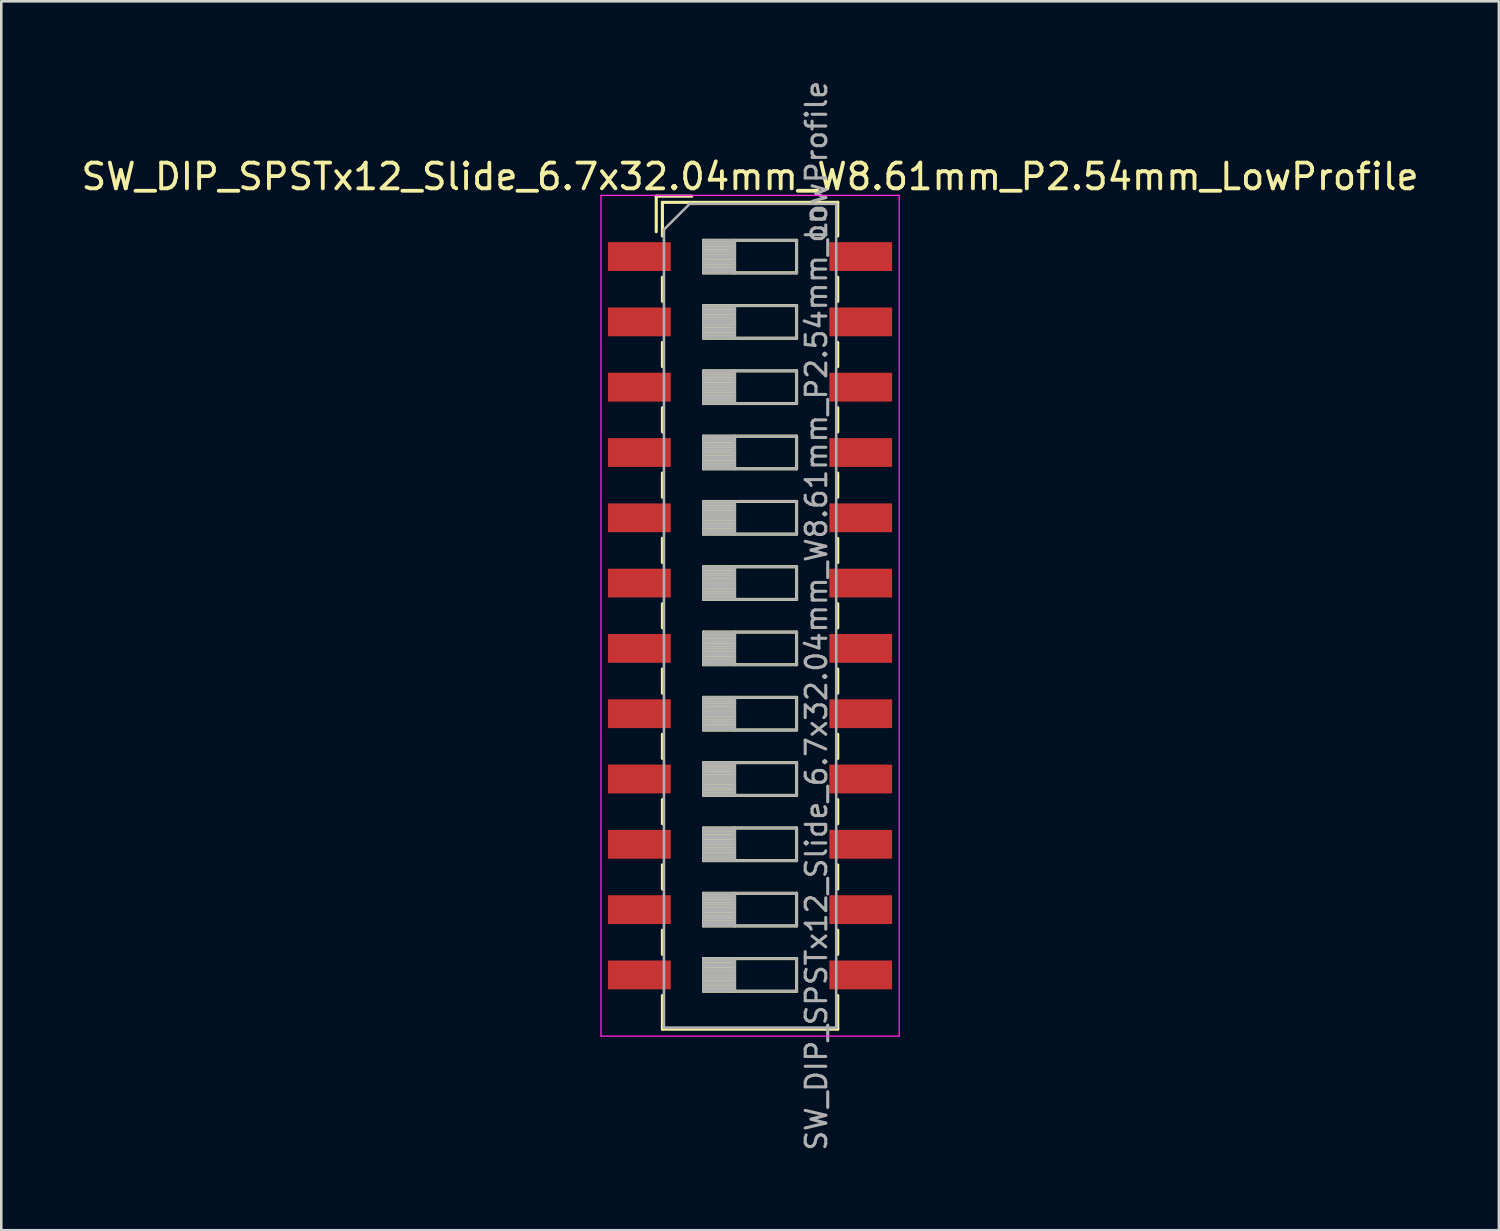
<source format=kicad_pcb>
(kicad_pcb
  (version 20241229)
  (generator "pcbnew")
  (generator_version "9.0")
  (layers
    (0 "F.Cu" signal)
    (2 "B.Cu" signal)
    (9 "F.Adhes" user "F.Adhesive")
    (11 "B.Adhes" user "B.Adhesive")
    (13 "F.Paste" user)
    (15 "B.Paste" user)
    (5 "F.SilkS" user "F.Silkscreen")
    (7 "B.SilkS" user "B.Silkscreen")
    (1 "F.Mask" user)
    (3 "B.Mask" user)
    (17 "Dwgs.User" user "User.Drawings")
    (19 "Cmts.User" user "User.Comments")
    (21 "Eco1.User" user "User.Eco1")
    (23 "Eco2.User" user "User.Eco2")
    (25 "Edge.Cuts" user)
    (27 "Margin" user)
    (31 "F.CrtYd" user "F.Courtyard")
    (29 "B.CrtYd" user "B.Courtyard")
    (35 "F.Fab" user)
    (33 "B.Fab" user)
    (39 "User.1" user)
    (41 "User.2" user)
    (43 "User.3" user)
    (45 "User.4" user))
  (footprint "SW_DIP_SPSTx12_Slide_6.7x32.04mm_W8.61mm_P2.54mm_LowProfile"
    (layer "F.Cu")
    (at 26.125 20.9)
    (property "Reference" "SW_DIP_SPSTx12_Slide_6.7x32.04mm_W8.61mm_P2.54mm_LowProfile" (at 0 -17.08 0) (layer "F.SilkS") (effects (font (size 1 1) (thickness 0.15))))
    (attr smd)
    (fp_line (start -3.65 -16.32) (end -3.65 -14.937) (stroke (width 0.12) (type solid)) (layer "F.SilkS"))
    (fp_line (start -3.65 -16.32) (end -2.267 -16.32) (stroke (width 0.12) (type solid)) (layer "F.SilkS"))
    (fp_line (start -3.41 -16.08) (end -3.41 -14.77) (stroke (width 0.12) (type solid)) (layer "F.SilkS"))
    (fp_line (start -3.41 -16.08) (end 3.41 -16.08) (stroke (width 0.12) (type solid)) (layer "F.SilkS"))
    (fp_line (start -3.41 -13.17) (end -3.41 -12.23) (stroke (width 0.12) (type solid)) (layer "F.SilkS"))
    (fp_line (start -3.41 -10.63) (end -3.41 -9.69) (stroke (width 0.12) (type solid)) (layer "F.SilkS"))
    (fp_line (start -3.41 -8.09) (end -3.41 -7.15) (stroke (width 0.12) (type solid)) (layer "F.SilkS"))
    (fp_line (start -3.41 -5.55) (end -3.41 -4.61) (stroke (width 0.12) (type solid)) (layer "F.SilkS"))
    (fp_line (start -3.41 -3.01) (end -3.41 -2.07) (stroke (width 0.12) (type solid)) (layer "F.SilkS"))
    (fp_line (start -3.41 -0.47) (end -3.41 0.47) (stroke (width 0.12) (type solid)) (layer "F.SilkS"))
    (fp_line (start -3.41 2.07) (end -3.41 3.01) (stroke (width 0.12) (type solid)) (layer "F.SilkS"))
    (fp_line (start -3.41 4.61) (end -3.41 5.55) (stroke (width 0.12) (type solid)) (layer "F.SilkS"))
    (fp_line (start -3.41 7.15) (end -3.41 8.09) (stroke (width 0.12) (type solid)) (layer "F.SilkS"))
    (fp_line (start -3.41 9.69) (end -3.41 10.63) (stroke (width 0.12) (type solid)) (layer "F.SilkS"))
    (fp_line (start -3.41 12.23) (end -3.41 13.17) (stroke (width 0.12) (type solid)) (layer "F.SilkS"))
    (fp_line (start -3.41 14.77) (end -3.41 16.08) (stroke (width 0.12) (type solid)) (layer "F.SilkS"))
    (fp_line (start -3.41 16.08) (end 3.41 16.08) (stroke (width 0.12) (type solid)) (layer "F.SilkS"))
    (fp_line (start -1.81 -14.605) (end -1.81 -13.335) (stroke (width 0.12) (type solid)) (layer "F.SilkS"))
    (fp_line (start -1.81 -14.485) (end -0.603 -14.485) (stroke (width 0.12) (type solid)) (layer "F.SilkS"))
    (fp_line (start -1.81 -14.365) (end -0.603 -14.365) (stroke (width 0.12) (type solid)) (layer "F.SilkS"))
    (fp_line (start -1.81 -14.245) (end -0.603 -14.245) (stroke (width 0.12) (type solid)) (layer "F.SilkS"))
    (fp_line (start -1.81 -14.125) (end -0.603 -14.125) (stroke (width 0.12) (type solid)) (layer "F.SilkS"))
    (fp_line (start -1.81 -14.005) (end -0.603 -14.005) (stroke (width 0.12) (type solid)) (layer "F.SilkS"))
    (fp_line (start -1.81 -13.885) (end -0.603 -13.885) (stroke (width 0.12) (type solid)) (layer "F.SilkS"))
    (fp_line (start -1.81 -13.765) (end -0.603 -13.765) (stroke (width 0.12) (type solid)) (layer "F.SilkS"))
    (fp_line (start -1.81 -13.645) (end -0.603 -13.645) (stroke (width 0.12) (type solid)) (layer "F.SilkS"))
    (fp_line (start -1.81 -13.525) (end -0.603 -13.525) (stroke (width 0.12) (type solid)) (layer "F.SilkS"))
    (fp_line (start -1.81 -13.405) (end -0.603 -13.405) (stroke (width 0.12) (type solid)) (layer "F.SilkS"))
    (fp_line (start -1.81 -13.335) (end 1.81 -13.335) (stroke (width 0.12) (type solid)) (layer "F.SilkS"))
    (fp_line (start -1.81 -12.065) (end -1.81 -10.795) (stroke (width 0.12) (type solid)) (layer "F.SilkS"))
    (fp_line (start -1.81 -11.945) (end -0.603 -11.945) (stroke (width 0.12) (type solid)) (layer "F.SilkS"))
    (fp_line (start -1.81 -11.825) (end -0.603 -11.825) (stroke (width 0.12) (type solid)) (layer "F.SilkS"))
    (fp_line (start -1.81 -11.705) (end -0.603 -11.705) (stroke (width 0.12) (type solid)) (layer "F.SilkS"))
    (fp_line (start -1.81 -11.585) (end -0.603 -11.585) (stroke (width 0.12) (type solid)) (layer "F.SilkS"))
    (fp_line (start -1.81 -11.465) (end -0.603 -11.465) (stroke (width 0.12) (type solid)) (layer "F.SilkS"))
    (fp_line (start -1.81 -11.345) (end -0.603 -11.345) (stroke (width 0.12) (type solid)) (layer "F.SilkS"))
    (fp_line (start -1.81 -11.225) (end -0.603 -11.225) (stroke (width 0.12) (type solid)) (layer "F.SilkS"))
    (fp_line (start -1.81 -11.105) (end -0.603 -11.105) (stroke (width 0.12) (type solid)) (layer "F.SilkS"))
    (fp_line (start -1.81 -10.985) (end -0.603 -10.985) (stroke (width 0.12) (type solid)) (layer "F.SilkS"))
    (fp_line (start -1.81 -10.865) (end -0.603 -10.865) (stroke (width 0.12) (type solid)) (layer "F.SilkS"))
    (fp_line (start -1.81 -10.795) (end 1.81 -10.795) (stroke (width 0.12) (type solid)) (layer "F.SilkS"))
    (fp_line (start -1.81 -9.525) (end -1.81 -8.255) (stroke (width 0.12) (type solid)) (layer "F.SilkS"))
    (fp_line (start -1.81 -9.405) (end -0.603 -9.405) (stroke (width 0.12) (type solid)) (layer "F.SilkS"))
    (fp_line (start -1.81 -9.285) (end -0.603 -9.285) (stroke (width 0.12) (type solid)) (layer "F.SilkS"))
    (fp_line (start -1.81 -9.165) (end -0.603 -9.165) (stroke (width 0.12) (type solid)) (layer "F.SilkS"))
    (fp_line (start -1.81 -9.045) (end -0.603 -9.045) (stroke (width 0.12) (type solid)) (layer "F.SilkS"))
    (fp_line (start -1.81 -8.925) (end -0.603 -8.925) (stroke (width 0.12) (type solid)) (layer "F.SilkS"))
    (fp_line (start -1.81 -8.805) (end -0.603 -8.805) (stroke (width 0.12) (type solid)) (layer "F.SilkS"))
    (fp_line (start -1.81 -8.685) (end -0.603 -8.685) (stroke (width 0.12) (type solid)) (layer "F.SilkS"))
    (fp_line (start -1.81 -8.565) (end -0.603 -8.565) (stroke (width 0.12) (type solid)) (layer "F.SilkS"))
    (fp_line (start -1.81 -8.445) (end -0.603 -8.445) (stroke (width 0.12) (type solid)) (layer "F.SilkS"))
    (fp_line (start -1.81 -8.325) (end -0.603 -8.325) (stroke (width 0.12) (type solid)) (layer "F.SilkS"))
    (fp_line (start -1.81 -8.255) (end 1.81 -8.255) (stroke (width 0.12) (type solid)) (layer "F.SilkS"))
    (fp_line (start -1.81 -6.985) (end -1.81 -5.715) (stroke (width 0.12) (type solid)) (layer "F.SilkS"))
    (fp_line (start -1.81 -6.865) (end -0.603 -6.865) (stroke (width 0.12) (type solid)) (layer "F.SilkS"))
    (fp_line (start -1.81 -6.745) (end -0.603 -6.745) (stroke (width 0.12) (type solid)) (layer "F.SilkS"))
    (fp_line (start -1.81 -6.625) (end -0.603 -6.625) (stroke (width 0.12) (type solid)) (layer "F.SilkS"))
    (fp_line (start -1.81 -6.505) (end -0.603 -6.505) (stroke (width 0.12) (type solid)) (layer "F.SilkS"))
    (fp_line (start -1.81 -6.385) (end -0.603 -6.385) (stroke (width 0.12) (type solid)) (layer "F.SilkS"))
    (fp_line (start -1.81 -6.265) (end -0.603 -6.265) (stroke (width 0.12) (type solid)) (layer "F.SilkS"))
    (fp_line (start -1.81 -6.145) (end -0.603 -6.145) (stroke (width 0.12) (type solid)) (layer "F.SilkS"))
    (fp_line (start -1.81 -6.025) (end -0.603 -6.025) (stroke (width 0.12) (type solid)) (layer "F.SilkS"))
    (fp_line (start -1.81 -5.905) (end -0.603 -5.905) (stroke (width 0.12) (type solid)) (layer "F.SilkS"))
    (fp_line (start -1.81 -5.785) (end -0.603 -5.785) (stroke (width 0.12) (type solid)) (layer "F.SilkS"))
    (fp_line (start -1.81 -5.715) (end 1.81 -5.715) (stroke (width 0.12) (type solid)) (layer "F.SilkS"))
    (fp_line (start -1.81 -4.445) (end -1.81 -3.175) (stroke (width 0.12) (type solid)) (layer "F.SilkS"))
    (fp_line (start -1.81 -4.325) (end -0.603 -4.325) (stroke (width 0.12) (type solid)) (layer "F.SilkS"))
    (fp_line (start -1.81 -4.205) (end -0.603 -4.205) (stroke (width 0.12) (type solid)) (layer "F.SilkS"))
    (fp_line (start -1.81 -4.085) (end -0.603 -4.085) (stroke (width 0.12) (type solid)) (layer "F.SilkS"))
    (fp_line (start -1.81 -3.965) (end -0.603 -3.965) (stroke (width 0.12) (type solid)) (layer "F.SilkS"))
    (fp_line (start -1.81 -3.845) (end -0.603 -3.845) (stroke (width 0.12) (type solid)) (layer "F.SilkS"))
    (fp_line (start -1.81 -3.725) (end -0.603 -3.725) (stroke (width 0.12) (type solid)) (layer "F.SilkS"))
    (fp_line (start -1.81 -3.605) (end -0.603 -3.605) (stroke (width 0.12) (type solid)) (layer "F.SilkS"))
    (fp_line (start -1.81 -3.485) (end -0.603 -3.485) (stroke (width 0.12) (type solid)) (layer "F.SilkS"))
    (fp_line (start -1.81 -3.365) (end -0.603 -3.365) (stroke (width 0.12) (type solid)) (layer "F.SilkS"))
    (fp_line (start -1.81 -3.245) (end -0.603 -3.245) (stroke (width 0.12) (type solid)) (layer "F.SilkS"))
    (fp_line (start -1.81 -3.175) (end 1.81 -3.175) (stroke (width 0.12) (type solid)) (layer "F.SilkS"))
    (fp_line (start -1.81 -1.905) (end -1.81 -0.635) (stroke (width 0.12) (type solid)) (layer "F.SilkS"))
    (fp_line (start -1.81 -1.785) (end -0.603 -1.785) (stroke (width 0.12) (type solid)) (layer "F.SilkS"))
    (fp_line (start -1.81 -1.665) (end -0.603 -1.665) (stroke (width 0.12) (type solid)) (layer "F.SilkS"))
    (fp_line (start -1.81 -1.545) (end -0.603 -1.545) (stroke (width 0.12) (type solid)) (layer "F.SilkS"))
    (fp_line (start -1.81 -1.425) (end -0.603 -1.425) (stroke (width 0.12) (type solid)) (layer "F.SilkS"))
    (fp_line (start -1.81 -1.305) (end -0.603 -1.305) (stroke (width 0.12) (type solid)) (layer "F.SilkS"))
    (fp_line (start -1.81 -1.185) (end -0.603 -1.185) (stroke (width 0.12) (type solid)) (layer "F.SilkS"))
    (fp_line (start -1.81 -1.065) (end -0.603 -1.065) (stroke (width 0.12) (type solid)) (layer "F.SilkS"))
    (fp_line (start -1.81 -0.945) (end -0.603 -0.945) (stroke (width 0.12) (type solid)) (layer "F.SilkS"))
    (fp_line (start -1.81 -0.825) (end -0.603 -0.825) (stroke (width 0.12) (type solid)) (layer "F.SilkS"))
    (fp_line (start -1.81 -0.705) (end -0.603 -0.705) (stroke (width 0.12) (type solid)) (layer "F.SilkS"))
    (fp_line (start -1.81 -0.635) (end 1.81 -0.635) (stroke (width 0.12) (type solid)) (layer "F.SilkS"))
    (fp_line (start -1.81 0.635) (end -1.81 1.905) (stroke (width 0.12) (type solid)) (layer "F.SilkS"))
    (fp_line (start -1.81 0.755) (end -0.603 0.755) (stroke (width 0.12) (type solid)) (layer "F.SilkS"))
    (fp_line (start -1.81 0.875) (end -0.603 0.875) (stroke (width 0.12) (type solid)) (layer "F.SilkS"))
    (fp_line (start -1.81 0.995) (end -0.603 0.995) (stroke (width 0.12) (type solid)) (layer "F.SilkS"))
    (fp_line (start -1.81 1.115) (end -0.603 1.115) (stroke (width 0.12) (type solid)) (layer "F.SilkS"))
    (fp_line (start -1.81 1.235) (end -0.603 1.235) (stroke (width 0.12) (type solid)) (layer "F.SilkS"))
    (fp_line (start -1.81 1.355) (end -0.603 1.355) (stroke (width 0.12) (type solid)) (layer "F.SilkS"))
    (fp_line (start -1.81 1.475) (end -0.603 1.475) (stroke (width 0.12) (type solid)) (layer "F.SilkS"))
    (fp_line (start -1.81 1.595) (end -0.603 1.595) (stroke (width 0.12) (type solid)) (layer "F.SilkS"))
    (fp_line (start -1.81 1.715) (end -0.603 1.715) (stroke (width 0.12) (type solid)) (layer "F.SilkS"))
    (fp_line (start -1.81 1.835) (end -0.603 1.835) (stroke (width 0.12) (type solid)) (layer "F.SilkS"))
    (fp_line (start -1.81 1.905) (end 1.81 1.905) (stroke (width 0.12) (type solid)) (layer "F.SilkS"))
    (fp_line (start -1.81 3.175) (end -1.81 4.445) (stroke (width 0.12) (type solid)) (layer "F.SilkS"))
    (fp_line (start -1.81 3.295) (end -0.603 3.295) (stroke (width 0.12) (type solid)) (layer "F.SilkS"))
    (fp_line (start -1.81 3.415) (end -0.603 3.415) (stroke (width 0.12) (type solid)) (layer "F.SilkS"))
    (fp_line (start -1.81 3.535) (end -0.603 3.535) (stroke (width 0.12) (type solid)) (layer "F.SilkS"))
    (fp_line (start -1.81 3.655) (end -0.603 3.655) (stroke (width 0.12) (type solid)) (layer "F.SilkS"))
    (fp_line (start -1.81 3.775) (end -0.603 3.775) (stroke (width 0.12) (type solid)) (layer "F.SilkS"))
    (fp_line (start -1.81 3.895) (end -0.603 3.895) (stroke (width 0.12) (type solid)) (layer "F.SilkS"))
    (fp_line (start -1.81 4.015) (end -0.603 4.015) (stroke (width 0.12) (type solid)) (layer "F.SilkS"))
    (fp_line (start -1.81 4.135) (end -0.603 4.135) (stroke (width 0.12) (type solid)) (layer "F.SilkS"))
    (fp_line (start -1.81 4.255) (end -0.603 4.255) (stroke (width 0.12) (type solid)) (layer "F.SilkS"))
    (fp_line (start -1.81 4.375) (end -0.603 4.375) (stroke (width 0.12) (type solid)) (layer "F.SilkS"))
    (fp_line (start -1.81 4.445) (end 1.81 4.445) (stroke (width 0.12) (type solid)) (layer "F.SilkS"))
    (fp_line (start -1.81 5.715) (end -1.81 6.985) (stroke (width 0.12) (type solid)) (layer "F.SilkS"))
    (fp_line (start -1.81 5.835) (end -0.603 5.835) (stroke (width 0.12) (type solid)) (layer "F.SilkS"))
    (fp_line (start -1.81 5.955) (end -0.603 5.955) (stroke (width 0.12) (type solid)) (layer "F.SilkS"))
    (fp_line (start -1.81 6.075) (end -0.603 6.075) (stroke (width 0.12) (type solid)) (layer "F.SilkS"))
    (fp_line (start -1.81 6.195) (end -0.603 6.195) (stroke (width 0.12) (type solid)) (layer "F.SilkS"))
    (fp_line (start -1.81 6.315) (end -0.603 6.315) (stroke (width 0.12) (type solid)) (layer "F.SilkS"))
    (fp_line (start -1.81 6.435) (end -0.603 6.435) (stroke (width 0.12) (type solid)) (layer "F.SilkS"))
    (fp_line (start -1.81 6.555) (end -0.603 6.555) (stroke (width 0.12) (type solid)) (layer "F.SilkS"))
    (fp_line (start -1.81 6.675) (end -0.603 6.675) (stroke (width 0.12) (type solid)) (layer "F.SilkS"))
    (fp_line (start -1.81 6.795) (end -0.603 6.795) (stroke (width 0.12) (type solid)) (layer "F.SilkS"))
    (fp_line (start -1.81 6.915) (end -0.603 6.915) (stroke (width 0.12) (type solid)) (layer "F.SilkS"))
    (fp_line (start -1.81 6.985) (end 1.81 6.985) (stroke (width 0.12) (type solid)) (layer "F.SilkS"))
    (fp_line (start -1.81 8.255) (end -1.81 9.525) (stroke (width 0.12) (type solid)) (layer "F.SilkS"))
    (fp_line (start -1.81 8.375) (end -0.603 8.375) (stroke (width 0.12) (type solid)) (layer "F.SilkS"))
    (fp_line (start -1.81 8.495) (end -0.603 8.495) (stroke (width 0.12) (type solid)) (layer "F.SilkS"))
    (fp_line (start -1.81 8.615) (end -0.603 8.615) (stroke (width 0.12) (type solid)) (layer "F.SilkS"))
    (fp_line (start -1.81 8.735) (end -0.603 8.735) (stroke (width 0.12) (type solid)) (layer "F.SilkS"))
    (fp_line (start -1.81 8.855) (end -0.603 8.855) (stroke (width 0.12) (type solid)) (layer "F.SilkS"))
    (fp_line (start -1.81 8.975) (end -0.603 8.975) (stroke (width 0.12) (type solid)) (layer "F.SilkS"))
    (fp_line (start -1.81 9.095) (end -0.603 9.095) (stroke (width 0.12) (type solid)) (layer "F.SilkS"))
    (fp_line (start -1.81 9.215) (end -0.603 9.215) (stroke (width 0.12) (type solid)) (layer "F.SilkS"))
    (fp_line (start -1.81 9.335) (end -0.603 9.335) (stroke (width 0.12) (type solid)) (layer "F.SilkS"))
    (fp_line (start -1.81 9.455) (end -0.603 9.455) (stroke (width 0.12) (type solid)) (layer "F.SilkS"))
    (fp_line (start -1.81 9.525) (end 1.81 9.525) (stroke (width 0.12) (type solid)) (layer "F.SilkS"))
    (fp_line (start -1.81 10.795) (end -1.81 12.065) (stroke (width 0.12) (type solid)) (layer "F.SilkS"))
    (fp_line (start -1.81 10.915) (end -0.603 10.915) (stroke (width 0.12) (type solid)) (layer "F.SilkS"))
    (fp_line (start -1.81 11.035) (end -0.603 11.035) (stroke (width 0.12) (type solid)) (layer "F.SilkS"))
    (fp_line (start -1.81 11.155) (end -0.603 11.155) (stroke (width 0.12) (type solid)) (layer "F.SilkS"))
    (fp_line (start -1.81 11.275) (end -0.603 11.275) (stroke (width 0.12) (type solid)) (layer "F.SilkS"))
    (fp_line (start -1.81 11.395) (end -0.603 11.395) (stroke (width 0.12) (type solid)) (layer "F.SilkS"))
    (fp_line (start -1.81 11.515) (end -0.603 11.515) (stroke (width 0.12) (type solid)) (layer "F.SilkS"))
    (fp_line (start -1.81 11.635) (end -0.603 11.635) (stroke (width 0.12) (type solid)) (layer "F.SilkS"))
    (fp_line (start -1.81 11.755) (end -0.603 11.755) (stroke (width 0.12) (type solid)) (layer "F.SilkS"))
    (fp_line (start -1.81 11.875) (end -0.603 11.875) (stroke (width 0.12) (type solid)) (layer "F.SilkS"))
    (fp_line (start -1.81 11.995) (end -0.603 11.995) (stroke (width 0.12) (type solid)) (layer "F.SilkS"))
    (fp_line (start -1.81 12.065) (end 1.81 12.065) (stroke (width 0.12) (type solid)) (layer "F.SilkS"))
    (fp_line (start -1.81 13.335) (end -1.81 14.605) (stroke (width 0.12) (type solid)) (layer "F.SilkS"))
    (fp_line (start -1.81 13.455) (end -0.603 13.455) (stroke (width 0.12) (type solid)) (layer "F.SilkS"))
    (fp_line (start -1.81 13.575) (end -0.603 13.575) (stroke (width 0.12) (type solid)) (layer "F.SilkS"))
    (fp_line (start -1.81 13.695) (end -0.603 13.695) (stroke (width 0.12) (type solid)) (layer "F.SilkS"))
    (fp_line (start -1.81 13.815) (end -0.603 13.815) (stroke (width 0.12) (type solid)) (layer "F.SilkS"))
    (fp_line (start -1.81 13.935) (end -0.603 13.935) (stroke (width 0.12) (type solid)) (layer "F.SilkS"))
    (fp_line (start -1.81 14.055) (end -0.603 14.055) (stroke (width 0.12) (type solid)) (layer "F.SilkS"))
    (fp_line (start -1.81 14.175) (end -0.603 14.175) (stroke (width 0.12) (type solid)) (layer "F.SilkS"))
    (fp_line (start -1.81 14.295) (end -0.603 14.295) (stroke (width 0.12) (type solid)) (layer "F.SilkS"))
    (fp_line (start -1.81 14.415) (end -0.603 14.415) (stroke (width 0.12) (type solid)) (layer "F.SilkS"))
    (fp_line (start -1.81 14.535) (end -0.603 14.535) (stroke (width 0.12) (type solid)) (layer "F.SilkS"))
    (fp_line (start -1.81 14.605) (end 1.81 14.605) (stroke (width 0.12) (type solid)) (layer "F.SilkS"))
    (fp_line (start -0.603 -14.605) (end -0.603 -13.335) (stroke (width 0.12) (type solid)) (layer "F.SilkS"))
    (fp_line (start -0.603 -12.065) (end -0.603 -10.795) (stroke (width 0.12) (type solid)) (layer "F.SilkS"))
    (fp_line (start -0.603 -9.525) (end -0.603 -8.255) (stroke (width 0.12) (type solid)) (layer "F.SilkS"))
    (fp_line (start -0.603 -6.985) (end -0.603 -5.715) (stroke (width 0.12) (type solid)) (layer "F.SilkS"))
    (fp_line (start -0.603 -4.445) (end -0.603 -3.175) (stroke (width 0.12) (type solid)) (layer "F.SilkS"))
    (fp_line (start -0.603 -1.905) (end -0.603 -0.635) (stroke (width 0.12) (type solid)) (layer "F.SilkS"))
    (fp_line (start -0.603 0.635) (end -0.603 1.905) (stroke (width 0.12) (type solid)) (layer "F.SilkS"))
    (fp_line (start -0.603 3.175) (end -0.603 4.445) (stroke (width 0.12) (type solid)) (layer "F.SilkS"))
    (fp_line (start -0.603 5.715) (end -0.603 6.985) (stroke (width 0.12) (type solid)) (layer "F.SilkS"))
    (fp_line (start -0.603 8.255) (end -0.603 9.525) (stroke (width 0.12) (type solid)) (layer "F.SilkS"))
    (fp_line (start -0.603 10.795) (end -0.603 12.065) (stroke (width 0.12) (type solid)) (layer "F.SilkS"))
    (fp_line (start -0.603 13.335) (end -0.603 14.605) (stroke (width 0.12) (type solid)) (layer "F.SilkS"))
    (fp_line (start 1.81 -14.605) (end -1.81 -14.605) (stroke (width 0.12) (type solid)) (layer "F.SilkS"))
    (fp_line (start 1.81 -13.335) (end 1.81 -14.605) (stroke (width 0.12) (type solid)) (layer "F.SilkS"))
    (fp_line (start 1.81 -12.065) (end -1.81 -12.065) (stroke (width 0.12) (type solid)) (layer "F.SilkS"))
    (fp_line (start 1.81 -10.795) (end 1.81 -12.065) (stroke (width 0.12) (type solid)) (layer "F.SilkS"))
    (fp_line (start 1.81 -9.525) (end -1.81 -9.525) (stroke (width 0.12) (type solid)) (layer "F.SilkS"))
    (fp_line (start 1.81 -8.255) (end 1.81 -9.525) (stroke (width 0.12) (type solid)) (layer "F.SilkS"))
    (fp_line (start 1.81 -6.985) (end -1.81 -6.985) (stroke (width 0.12) (type solid)) (layer "F.SilkS"))
    (fp_line (start 1.81 -5.715) (end 1.81 -6.985) (stroke (width 0.12) (type solid)) (layer "F.SilkS"))
    (fp_line (start 1.81 -4.445) (end -1.81 -4.445) (stroke (width 0.12) (type solid)) (layer "F.SilkS"))
    (fp_line (start 1.81 -3.175) (end 1.81 -4.445) (stroke (width 0.12) (type solid)) (layer "F.SilkS"))
    (fp_line (start 1.81 -1.905) (end -1.81 -1.905) (stroke (width 0.12) (type solid)) (layer "F.SilkS"))
    (fp_line (start 1.81 -0.635) (end 1.81 -1.905) (stroke (width 0.12) (type solid)) (layer "F.SilkS"))
    (fp_line (start 1.81 0.635) (end -1.81 0.635) (stroke (width 0.12) (type solid)) (layer "F.SilkS"))
    (fp_line (start 1.81 1.905) (end 1.81 0.635) (stroke (width 0.12) (type solid)) (layer "F.SilkS"))
    (fp_line (start 1.81 3.175) (end -1.81 3.175) (stroke (width 0.12) (type solid)) (layer "F.SilkS"))
    (fp_line (start 1.81 4.445) (end 1.81 3.175) (stroke (width 0.12) (type solid)) (layer "F.SilkS"))
    (fp_line (start 1.81 5.715) (end -1.81 5.715) (stroke (width 0.12) (type solid)) (layer "F.SilkS"))
    (fp_line (start 1.81 6.985) (end 1.81 5.715) (stroke (width 0.12) (type solid)) (layer "F.SilkS"))
    (fp_line (start 1.81 8.255) (end -1.81 8.255) (stroke (width 0.12) (type solid)) (layer "F.SilkS"))
    (fp_line (start 1.81 9.525) (end 1.81 8.255) (stroke (width 0.12) (type solid)) (layer "F.SilkS"))
    (fp_line (start 1.81 10.795) (end -1.81 10.795) (stroke (width 0.12) (type solid)) (layer "F.SilkS"))
    (fp_line (start 1.81 12.065) (end 1.81 10.795) (stroke (width 0.12) (type solid)) (layer "F.SilkS"))
    (fp_line (start 1.81 13.335) (end -1.81 13.335) (stroke (width 0.12) (type solid)) (layer "F.SilkS"))
    (fp_line (start 1.81 14.605) (end 1.81 13.335) (stroke (width 0.12) (type solid)) (layer "F.SilkS"))
    (fp_line (start 3.41 -16.08) (end 3.41 -14.77) (stroke (width 0.12) (type solid)) (layer "F.SilkS"))
    (fp_line (start 3.41 -13.169) (end 3.41 -12.229) (stroke (width 0.12) (type solid)) (layer "F.SilkS"))
    (fp_line (start 3.41 -10.629) (end 3.41 -9.689) (stroke (width 0.12) (type solid)) (layer "F.SilkS"))
    (fp_line (start 3.41 -8.089) (end 3.41 -7.149) (stroke (width 0.12) (type solid)) (layer "F.SilkS"))
    (fp_line (start 3.41 -5.549) (end 3.41 -4.609) (stroke (width 0.12) (type solid)) (layer "F.SilkS"))
    (fp_line (start 3.41 -3.009) (end 3.41 -2.069) (stroke (width 0.12) (type solid)) (layer "F.SilkS"))
    (fp_line (start 3.41 -0.469) (end 3.41 0.471) (stroke (width 0.12) (type solid)) (layer "F.SilkS"))
    (fp_line (start 3.41 2.071) (end 3.41 3.011) (stroke (width 0.12) (type solid)) (layer "F.SilkS"))
    (fp_line (start 3.41 4.611) (end 3.41 5.551) (stroke (width 0.12) (type solid)) (layer "F.SilkS"))
    (fp_line (start 3.41 7.151) (end 3.41 8.09) (stroke (width 0.12) (type solid)) (layer "F.SilkS"))
    (fp_line (start 3.41 9.691) (end 3.41 10.63) (stroke (width 0.12) (type solid)) (layer "F.SilkS"))
    (fp_line (start 3.41 12.231) (end 3.41 13.17) (stroke (width 0.12) (type solid)) (layer "F.SilkS"))
    (fp_line (start 3.41 14.77) (end 3.41 16.08) (stroke (width 0.12) (type solid)) (layer "F.SilkS"))
    (fp_line (start -5.8 -16.35) (end -5.8 16.35) (stroke (width 0.05) (type solid)) (layer "F.CrtYd"))
    (fp_line (start -5.8 16.35) (end 5.8 16.35) (stroke (width 0.05) (type solid)) (layer "F.CrtYd"))
    (fp_line (start 5.8 -16.35) (end -5.8 -16.35) (stroke (width 0.05) (type solid)) (layer "F.CrtYd"))
    (fp_line (start 5.8 16.35) (end 5.8 -16.35) (stroke (width 0.05) (type solid)) (layer "F.CrtYd"))
    (fp_line (start -3.35 -15.02) (end -2.35 -16.02) (stroke (width 0.1) (type solid)) (layer "F.Fab"))
    (fp_line (start -3.35 16.02) (end -3.35 -15.02) (stroke (width 0.1) (type solid)) (layer "F.Fab"))
    (fp_line (start -2.35 -16.02) (end 3.35 -16.02) (stroke (width 0.1) (type solid)) (layer "F.Fab"))
    (fp_line (start -1.81 -14.605) (end -1.81 -13.335) (stroke (width 0.1) (type solid)) (layer "F.Fab"))
    (fp_line (start -1.81 -14.505) (end -0.603 -14.505) (stroke (width 0.1) (type solid)) (layer "F.Fab"))
    (fp_line (start -1.81 -14.405) (end -0.603 -14.405) (stroke (width 0.1) (type solid)) (layer "F.Fab"))
    (fp_line (start -1.81 -14.305) (end -0.603 -14.305) (stroke (width 0.1) (type solid)) (layer "F.Fab"))
    (fp_line (start -1.81 -14.205) (end -0.603 -14.205) (stroke (width 0.1) (type solid)) (layer "F.Fab"))
    (fp_line (start -1.81 -14.105) (end -0.603 -14.105) (stroke (width 0.1) (type solid)) (layer "F.Fab"))
    (fp_line (start -1.81 -14.005) (end -0.603 -14.005) (stroke (width 0.1) (type solid)) (layer "F.Fab"))
    (fp_line (start -1.81 -13.905) (end -0.603 -13.905) (stroke (width 0.1) (type solid)) (layer "F.Fab"))
    (fp_line (start -1.81 -13.805) (end -0.603 -13.805) (stroke (width 0.1) (type solid)) (layer "F.Fab"))
    (fp_line (start -1.81 -13.705) (end -0.603 -13.705) (stroke (width 0.1) (type solid)) (layer "F.Fab"))
    (fp_line (start -1.81 -13.605) (end -0.603 -13.605) (stroke (width 0.1) (type solid)) (layer "F.Fab"))
    (fp_line (start -1.81 -13.505) (end -0.603 -13.505) (stroke (width 0.1) (type solid)) (layer "F.Fab"))
    (fp_line (start -1.81 -13.405) (end -0.603 -13.405) (stroke (width 0.1) (type solid)) (layer "F.Fab"))
    (fp_line (start -1.81 -13.335) (end 1.81 -13.335) (stroke (width 0.1) (type solid)) (layer "F.Fab"))
    (fp_line (start -1.81 -12.065) (end -1.81 -10.795) (stroke (width 0.1) (type solid)) (layer "F.Fab"))
    (fp_line (start -1.81 -11.965) (end -0.603 -11.965) (stroke (width 0.1) (type solid)) (layer "F.Fab"))
    (fp_line (start -1.81 -11.865) (end -0.603 -11.865) (stroke (width 0.1) (type solid)) (layer "F.Fab"))
    (fp_line (start -1.81 -11.765) (end -0.603 -11.765) (stroke (width 0.1) (type solid)) (layer "F.Fab"))
    (fp_line (start -1.81 -11.665) (end -0.603 -11.665) (stroke (width 0.1) (type solid)) (layer "F.Fab"))
    (fp_line (start -1.81 -11.565) (end -0.603 -11.565) (stroke (width 0.1) (type solid)) (layer "F.Fab"))
    (fp_line (start -1.81 -11.465) (end -0.603 -11.465) (stroke (width 0.1) (type solid)) (layer "F.Fab"))
    (fp_line (start -1.81 -11.365) (end -0.603 -11.365) (stroke (width 0.1) (type solid)) (layer "F.Fab"))
    (fp_line (start -1.81 -11.265) (end -0.603 -11.265) (stroke (width 0.1) (type solid)) (layer "F.Fab"))
    (fp_line (start -1.81 -11.165) (end -0.603 -11.165) (stroke (width 0.1) (type solid)) (layer "F.Fab"))
    (fp_line (start -1.81 -11.065) (end -0.603 -11.065) (stroke (width 0.1) (type solid)) (layer "F.Fab"))
    (fp_line (start -1.81 -10.965) (end -0.603 -10.965) (stroke (width 0.1) (type solid)) (layer "F.Fab"))
    (fp_line (start -1.81 -10.865) (end -0.603 -10.865) (stroke (width 0.1) (type solid)) (layer "F.Fab"))
    (fp_line (start -1.81 -10.795) (end 1.81 -10.795) (stroke (width 0.1) (type solid)) (layer "F.Fab"))
    (fp_line (start -1.81 -9.525) (end -1.81 -8.255) (stroke (width 0.1) (type solid)) (layer "F.Fab"))
    (fp_line (start -1.81 -9.425) (end -0.603 -9.425) (stroke (width 0.1) (type solid)) (layer "F.Fab"))
    (fp_line (start -1.81 -9.325) (end -0.603 -9.325) (stroke (width 0.1) (type solid)) (layer "F.Fab"))
    (fp_line (start -1.81 -9.225) (end -0.603 -9.225) (stroke (width 0.1) (type solid)) (layer "F.Fab"))
    (fp_line (start -1.81 -9.125) (end -0.603 -9.125) (stroke (width 0.1) (type solid)) (layer "F.Fab"))
    (fp_line (start -1.81 -9.025) (end -0.603 -9.025) (stroke (width 0.1) (type solid)) (layer "F.Fab"))
    (fp_line (start -1.81 -8.925) (end -0.603 -8.925) (stroke (width 0.1) (type solid)) (layer "F.Fab"))
    (fp_line (start -1.81 -8.825) (end -0.603 -8.825) (stroke (width 0.1) (type solid)) (layer "F.Fab"))
    (fp_line (start -1.81 -8.725) (end -0.603 -8.725) (stroke (width 0.1) (type solid)) (layer "F.Fab"))
    (fp_line (start -1.81 -8.625) (end -0.603 -8.625) (stroke (width 0.1) (type solid)) (layer "F.Fab"))
    (fp_line (start -1.81 -8.525) (end -0.603 -8.525) (stroke (width 0.1) (type solid)) (layer "F.Fab"))
    (fp_line (start -1.81 -8.425) (end -0.603 -8.425) (stroke (width 0.1) (type solid)) (layer "F.Fab"))
    (fp_line (start -1.81 -8.325) (end -0.603 -8.325) (stroke (width 0.1) (type solid)) (layer "F.Fab"))
    (fp_line (start -1.81 -8.255) (end 1.81 -8.255) (stroke (width 0.1) (type solid)) (layer "F.Fab"))
    (fp_line (start -1.81 -6.985) (end -1.81 -5.715) (stroke (width 0.1) (type solid)) (layer "F.Fab"))
    (fp_line (start -1.81 -6.885) (end -0.603 -6.885) (stroke (width 0.1) (type solid)) (layer "F.Fab"))
    (fp_line (start -1.81 -6.785) (end -0.603 -6.785) (stroke (width 0.1) (type solid)) (layer "F.Fab"))
    (fp_line (start -1.81 -6.685) (end -0.603 -6.685) (stroke (width 0.1) (type solid)) (layer "F.Fab"))
    (fp_line (start -1.81 -6.585) (end -0.603 -6.585) (stroke (width 0.1) (type solid)) (layer "F.Fab"))
    (fp_line (start -1.81 -6.485) (end -0.603 -6.485) (stroke (width 0.1) (type solid)) (layer "F.Fab"))
    (fp_line (start -1.81 -6.385) (end -0.603 -6.385) (stroke (width 0.1) (type solid)) (layer "F.Fab"))
    (fp_line (start -1.81 -6.285) (end -0.603 -6.285) (stroke (width 0.1) (type solid)) (layer "F.Fab"))
    (fp_line (start -1.81 -6.185) (end -0.603 -6.185) (stroke (width 0.1) (type solid)) (layer "F.Fab"))
    (fp_line (start -1.81 -6.085) (end -0.603 -6.085) (stroke (width 0.1) (type solid)) (layer "F.Fab"))
    (fp_line (start -1.81 -5.985) (end -0.603 -5.985) (stroke (width 0.1) (type solid)) (layer "F.Fab"))
    (fp_line (start -1.81 -5.885) (end -0.603 -5.885) (stroke (width 0.1) (type solid)) (layer "F.Fab"))
    (fp_line (start -1.81 -5.785) (end -0.603 -5.785) (stroke (width 0.1) (type solid)) (layer "F.Fab"))
    (fp_line (start -1.81 -5.715) (end 1.81 -5.715) (stroke (width 0.1) (type solid)) (layer "F.Fab"))
    (fp_line (start -1.81 -4.445) (end -1.81 -3.175) (stroke (width 0.1) (type solid)) (layer "F.Fab"))
    (fp_line (start -1.81 -4.345) (end -0.603 -4.345) (stroke (width 0.1) (type solid)) (layer "F.Fab"))
    (fp_line (start -1.81 -4.245) (end -0.603 -4.245) (stroke (width 0.1) (type solid)) (layer "F.Fab"))
    (fp_line (start -1.81 -4.145) (end -0.603 -4.145) (stroke (width 0.1) (type solid)) (layer "F.Fab"))
    (fp_line (start -1.81 -4.045) (end -0.603 -4.045) (stroke (width 0.1) (type solid)) (layer "F.Fab"))
    (fp_line (start -1.81 -3.945) (end -0.603 -3.945) (stroke (width 0.1) (type solid)) (layer "F.Fab"))
    (fp_line (start -1.81 -3.845) (end -0.603 -3.845) (stroke (width 0.1) (type solid)) (layer "F.Fab"))
    (fp_line (start -1.81 -3.745) (end -0.603 -3.745) (stroke (width 0.1) (type solid)) (layer "F.Fab"))
    (fp_line (start -1.81 -3.645) (end -0.603 -3.645) (stroke (width 0.1) (type solid)) (layer "F.Fab"))
    (fp_line (start -1.81 -3.545) (end -0.603 -3.545) (stroke (width 0.1) (type solid)) (layer "F.Fab"))
    (fp_line (start -1.81 -3.445) (end -0.603 -3.445) (stroke (width 0.1) (type solid)) (layer "F.Fab"))
    (fp_line (start -1.81 -3.345) (end -0.603 -3.345) (stroke (width 0.1) (type solid)) (layer "F.Fab"))
    (fp_line (start -1.81 -3.245) (end -0.603 -3.245) (stroke (width 0.1) (type solid)) (layer "F.Fab"))
    (fp_line (start -1.81 -3.175) (end 1.81 -3.175) (stroke (width 0.1) (type solid)) (layer "F.Fab"))
    (fp_line (start -1.81 -1.905) (end -1.81 -0.635) (stroke (width 0.1) (type solid)) (layer "F.Fab"))
    (fp_line (start -1.81 -1.805) (end -0.603 -1.805) (stroke (width 0.1) (type solid)) (layer "F.Fab"))
    (fp_line (start -1.81 -1.705) (end -0.603 -1.705) (stroke (width 0.1) (type solid)) (layer "F.Fab"))
    (fp_line (start -1.81 -1.605) (end -0.603 -1.605) (stroke (width 0.1) (type solid)) (layer "F.Fab"))
    (fp_line (start -1.81 -1.505) (end -0.603 -1.505) (stroke (width 0.1) (type solid)) (layer "F.Fab"))
    (fp_line (start -1.81 -1.405) (end -0.603 -1.405) (stroke (width 0.1) (type solid)) (layer "F.Fab"))
    (fp_line (start -1.81 -1.305) (end -0.603 -1.305) (stroke (width 0.1) (type solid)) (layer "F.Fab"))
    (fp_line (start -1.81 -1.205) (end -0.603 -1.205) (stroke (width 0.1) (type solid)) (layer "F.Fab"))
    (fp_line (start -1.81 -1.105) (end -0.603 -1.105) (stroke (width 0.1) (type solid)) (layer "F.Fab"))
    (fp_line (start -1.81 -1.005) (end -0.603 -1.005) (stroke (width 0.1) (type solid)) (layer "F.Fab"))
    (fp_line (start -1.81 -0.905) (end -0.603 -0.905) (stroke (width 0.1) (type solid)) (layer "F.Fab"))
    (fp_line (start -1.81 -0.805) (end -0.603 -0.805) (stroke (width 0.1) (type solid)) (layer "F.Fab"))
    (fp_line (start -1.81 -0.705) (end -0.603 -0.705) (stroke (width 0.1) (type solid)) (layer "F.Fab"))
    (fp_line (start -1.81 -0.635) (end 1.81 -0.635) (stroke (width 0.1) (type solid)) (layer "F.Fab"))
    (fp_line (start -1.81 0.635) (end -1.81 1.905) (stroke (width 0.1) (type solid)) (layer "F.Fab"))
    (fp_line (start -1.81 0.735) (end -0.603 0.735) (stroke (width 0.1) (type solid)) (layer "F.Fab"))
    (fp_line (start -1.81 0.835) (end -0.603 0.835) (stroke (width 0.1) (type solid)) (layer "F.Fab"))
    (fp_line (start -1.81 0.935) (end -0.603 0.935) (stroke (width 0.1) (type solid)) (layer "F.Fab"))
    (fp_line (start -1.81 1.035) (end -0.603 1.035) (stroke (width 0.1) (type solid)) (layer "F.Fab"))
    (fp_line (start -1.81 1.135) (end -0.603 1.135) (stroke (width 0.1) (type solid)) (layer "F.Fab"))
    (fp_line (start -1.81 1.235) (end -0.603 1.235) (stroke (width 0.1) (type solid)) (layer "F.Fab"))
    (fp_line (start -1.81 1.335) (end -0.603 1.335) (stroke (width 0.1) (type solid)) (layer "F.Fab"))
    (fp_line (start -1.81 1.435) (end -0.603 1.435) (stroke (width 0.1) (type solid)) (layer "F.Fab"))
    (fp_line (start -1.81 1.535) (end -0.603 1.535) (stroke (width 0.1) (type solid)) (layer "F.Fab"))
    (fp_line (start -1.81 1.635) (end -0.603 1.635) (stroke (width 0.1) (type solid)) (layer "F.Fab"))
    (fp_line (start -1.81 1.735) (end -0.603 1.735) (stroke (width 0.1) (type solid)) (layer "F.Fab"))
    (fp_line (start -1.81 1.835) (end -0.603 1.835) (stroke (width 0.1) (type solid)) (layer "F.Fab"))
    (fp_line (start -1.81 1.905) (end 1.81 1.905) (stroke (width 0.1) (type solid)) (layer "F.Fab"))
    (fp_line (start -1.81 3.175) (end -1.81 4.445) (stroke (width 0.1) (type solid)) (layer "F.Fab"))
    (fp_line (start -1.81 3.275) (end -0.603 3.275) (stroke (width 0.1) (type solid)) (layer "F.Fab"))
    (fp_line (start -1.81 3.375) (end -0.603 3.375) (stroke (width 0.1) (type solid)) (layer "F.Fab"))
    (fp_line (start -1.81 3.475) (end -0.603 3.475) (stroke (width 0.1) (type solid)) (layer "F.Fab"))
    (fp_line (start -1.81 3.575) (end -0.603 3.575) (stroke (width 0.1) (type solid)) (layer "F.Fab"))
    (fp_line (start -1.81 3.675) (end -0.603 3.675) (stroke (width 0.1) (type solid)) (layer "F.Fab"))
    (fp_line (start -1.81 3.775) (end -0.603 3.775) (stroke (width 0.1) (type solid)) (layer "F.Fab"))
    (fp_line (start -1.81 3.875) (end -0.603 3.875) (stroke (width 0.1) (type solid)) (layer "F.Fab"))
    (fp_line (start -1.81 3.975) (end -0.603 3.975) (stroke (width 0.1) (type solid)) (layer "F.Fab"))
    (fp_line (start -1.81 4.075) (end -0.603 4.075) (stroke (width 0.1) (type solid)) (layer "F.Fab"))
    (fp_line (start -1.81 4.175) (end -0.603 4.175) (stroke (width 0.1) (type solid)) (layer "F.Fab"))
    (fp_line (start -1.81 4.275) (end -0.603 4.275) (stroke (width 0.1) (type solid)) (layer "F.Fab"))
    (fp_line (start -1.81 4.375) (end -0.603 4.375) (stroke (width 0.1) (type solid)) (layer "F.Fab"))
    (fp_line (start -1.81 4.445) (end 1.81 4.445) (stroke (width 0.1) (type solid)) (layer "F.Fab"))
    (fp_line (start -1.81 5.715) (end -1.81 6.985) (stroke (width 0.1) (type solid)) (layer "F.Fab"))
    (fp_line (start -1.81 5.815) (end -0.603 5.815) (stroke (width 0.1) (type solid)) (layer "F.Fab"))
    (fp_line (start -1.81 5.915) (end -0.603 5.915) (stroke (width 0.1) (type solid)) (layer "F.Fab"))
    (fp_line (start -1.81 6.015) (end -0.603 6.015) (stroke (width 0.1) (type solid)) (layer "F.Fab"))
    (fp_line (start -1.81 6.115) (end -0.603 6.115) (stroke (width 0.1) (type solid)) (layer "F.Fab"))
    (fp_line (start -1.81 6.215) (end -0.603 6.215) (stroke (width 0.1) (type solid)) (layer "F.Fab"))
    (fp_line (start -1.81 6.315) (end -0.603 6.315) (stroke (width 0.1) (type solid)) (layer "F.Fab"))
    (fp_line (start -1.81 6.415) (end -0.603 6.415) (stroke (width 0.1) (type solid)) (layer "F.Fab"))
    (fp_line (start -1.81 6.515) (end -0.603 6.515) (stroke (width 0.1) (type solid)) (layer "F.Fab"))
    (fp_line (start -1.81 6.615) (end -0.603 6.615) (stroke (width 0.1) (type solid)) (layer "F.Fab"))
    (fp_line (start -1.81 6.715) (end -0.603 6.715) (stroke (width 0.1) (type solid)) (layer "F.Fab"))
    (fp_line (start -1.81 6.815) (end -0.603 6.815) (stroke (width 0.1) (type solid)) (layer "F.Fab"))
    (fp_line (start -1.81 6.915) (end -0.603 6.915) (stroke (width 0.1) (type solid)) (layer "F.Fab"))
    (fp_line (start -1.81 6.985) (end 1.81 6.985) (stroke (width 0.1) (type solid)) (layer "F.Fab"))
    (fp_line (start -1.81 8.255) (end -1.81 9.525) (stroke (width 0.1) (type solid)) (layer "F.Fab"))
    (fp_line (start -1.81 8.355) (end -0.603 8.355) (stroke (width 0.1) (type solid)) (layer "F.Fab"))
    (fp_line (start -1.81 8.455) (end -0.603 8.455) (stroke (width 0.1) (type solid)) (layer "F.Fab"))
    (fp_line (start -1.81 8.555) (end -0.603 8.555) (stroke (width 0.1) (type solid)) (layer "F.Fab"))
    (fp_line (start -1.81 8.655) (end -0.603 8.655) (stroke (width 0.1) (type solid)) (layer "F.Fab"))
    (fp_line (start -1.81 8.755) (end -0.603 8.755) (stroke (width 0.1) (type solid)) (layer "F.Fab"))
    (fp_line (start -1.81 8.855) (end -0.603 8.855) (stroke (width 0.1) (type solid)) (layer "F.Fab"))
    (fp_line (start -1.81 8.955) (end -0.603 8.955) (stroke (width 0.1) (type solid)) (layer "F.Fab"))
    (fp_line (start -1.81 9.055) (end -0.603 9.055) (stroke (width 0.1) (type solid)) (layer "F.Fab"))
    (fp_line (start -1.81 9.155) (end -0.603 9.155) (stroke (width 0.1) (type solid)) (layer "F.Fab"))
    (fp_line (start -1.81 9.255) (end -0.603 9.255) (stroke (width 0.1) (type solid)) (layer "F.Fab"))
    (fp_line (start -1.81 9.355) (end -0.603 9.355) (stroke (width 0.1) (type solid)) (layer "F.Fab"))
    (fp_line (start -1.81 9.455) (end -0.603 9.455) (stroke (width 0.1) (type solid)) (layer "F.Fab"))
    (fp_line (start -1.81 9.525) (end 1.81 9.525) (stroke (width 0.1) (type solid)) (layer "F.Fab"))
    (fp_line (start -1.81 10.795) (end -1.81 12.065) (stroke (width 0.1) (type solid)) (layer "F.Fab"))
    (fp_line (start -1.81 10.895) (end -0.603 10.895) (stroke (width 0.1) (type solid)) (layer "F.Fab"))
    (fp_line (start -1.81 10.995) (end -0.603 10.995) (stroke (width 0.1) (type solid)) (layer "F.Fab"))
    (fp_line (start -1.81 11.095) (end -0.603 11.095) (stroke (width 0.1) (type solid)) (layer "F.Fab"))
    (fp_line (start -1.81 11.195) (end -0.603 11.195) (stroke (width 0.1) (type solid)) (layer "F.Fab"))
    (fp_line (start -1.81 11.295) (end -0.603 11.295) (stroke (width 0.1) (type solid)) (layer "F.Fab"))
    (fp_line (start -1.81 11.395) (end -0.603 11.395) (stroke (width 0.1) (type solid)) (layer "F.Fab"))
    (fp_line (start -1.81 11.495) (end -0.603 11.495) (stroke (width 0.1) (type solid)) (layer "F.Fab"))
    (fp_line (start -1.81 11.595) (end -0.603 11.595) (stroke (width 0.1) (type solid)) (layer "F.Fab"))
    (fp_line (start -1.81 11.695) (end -0.603 11.695) (stroke (width 0.1) (type solid)) (layer "F.Fab"))
    (fp_line (start -1.81 11.795) (end -0.603 11.795) (stroke (width 0.1) (type solid)) (layer "F.Fab"))
    (fp_line (start -1.81 11.895) (end -0.603 11.895) (stroke (width 0.1) (type solid)) (layer "F.Fab"))
    (fp_line (start -1.81 11.995) (end -0.603 11.995) (stroke (width 0.1) (type solid)) (layer "F.Fab"))
    (fp_line (start -1.81 12.065) (end 1.81 12.065) (stroke (width 0.1) (type solid)) (layer "F.Fab"))
    (fp_line (start -1.81 13.335) (end -1.81 14.605) (stroke (width 0.1) (type solid)) (layer "F.Fab"))
    (fp_line (start -1.81 13.435) (end -0.603 13.435) (stroke (width 0.1) (type solid)) (layer "F.Fab"))
    (fp_line (start -1.81 13.535) (end -0.603 13.535) (stroke (width 0.1) (type solid)) (layer "F.Fab"))
    (fp_line (start -1.81 13.635) (end -0.603 13.635) (stroke (width 0.1) (type solid)) (layer "F.Fab"))
    (fp_line (start -1.81 13.735) (end -0.603 13.735) (stroke (width 0.1) (type solid)) (layer "F.Fab"))
    (fp_line (start -1.81 13.835) (end -0.603 13.835) (stroke (width 0.1) (type solid)) (layer "F.Fab"))
    (fp_line (start -1.81 13.935) (end -0.603 13.935) (stroke (width 0.1) (type solid)) (layer "F.Fab"))
    (fp_line (start -1.81 14.035) (end -0.603 14.035) (stroke (width 0.1) (type solid)) (layer "F.Fab"))
    (fp_line (start -1.81 14.135) (end -0.603 14.135) (stroke (width 0.1) (type solid)) (layer "F.Fab"))
    (fp_line (start -1.81 14.235) (end -0.603 14.235) (stroke (width 0.1) (type solid)) (layer "F.Fab"))
    (fp_line (start -1.81 14.335) (end -0.603 14.335) (stroke (width 0.1) (type solid)) (layer "F.Fab"))
    (fp_line (start -1.81 14.435) (end -0.603 14.435) (stroke (width 0.1) (type solid)) (layer "F.Fab"))
    (fp_line (start -1.81 14.535) (end -0.603 14.535) (stroke (width 0.1) (type solid)) (layer "F.Fab"))
    (fp_line (start -1.81 14.605) (end 1.81 14.605) (stroke (width 0.1) (type solid)) (layer "F.Fab"))
    (fp_line (start -0.603 -14.605) (end -0.603 -13.335) (stroke (width 0.1) (type solid)) (layer "F.Fab"))
    (fp_line (start -0.603 -12.065) (end -0.603 -10.795) (stroke (width 0.1) (type solid)) (layer "F.Fab"))
    (fp_line (start -0.603 -9.525) (end -0.603 -8.255) (stroke (width 0.1) (type solid)) (layer "F.Fab"))
    (fp_line (start -0.603 -6.985) (end -0.603 -5.715) (stroke (width 0.1) (type solid)) (layer "F.Fab"))
    (fp_line (start -0.603 -4.445) (end -0.603 -3.175) (stroke (width 0.1) (type solid)) (layer "F.Fab"))
    (fp_line (start -0.603 -1.905) (end -0.603 -0.635) (stroke (width 0.1) (type solid)) (layer "F.Fab"))
    (fp_line (start -0.603 0.635) (end -0.603 1.905) (stroke (width 0.1) (type solid)) (layer "F.Fab"))
    (fp_line (start -0.603 3.175) (end -0.603 4.445) (stroke (width 0.1) (type solid)) (layer "F.Fab"))
    (fp_line (start -0.603 5.715) (end -0.603 6.985) (stroke (width 0.1) (type solid)) (layer "F.Fab"))
    (fp_line (start -0.603 8.255) (end -0.603 9.525) (stroke (width 0.1) (type solid)) (layer "F.Fab"))
    (fp_line (start -0.603 10.795) (end -0.603 12.065) (stroke (width 0.1) (type solid)) (layer "F.Fab"))
    (fp_line (start -0.603 13.335) (end -0.603 14.605) (stroke (width 0.1) (type solid)) (layer "F.Fab"))
    (fp_line (start 1.81 -14.605) (end -1.81 -14.605) (stroke (width 0.1) (type solid)) (layer "F.Fab"))
    (fp_line (start 1.81 -13.335) (end 1.81 -14.605) (stroke (width 0.1) (type solid)) (layer "F.Fab"))
    (fp_line (start 1.81 -12.065) (end -1.81 -12.065) (stroke (width 0.1) (type solid)) (layer "F.Fab"))
    (fp_line (start 1.81 -10.795) (end 1.81 -12.065) (stroke (width 0.1) (type solid)) (layer "F.Fab"))
    (fp_line (start 1.81 -9.525) (end -1.81 -9.525) (stroke (width 0.1) (type solid)) (layer "F.Fab"))
    (fp_line (start 1.81 -8.255) (end 1.81 -9.525) (stroke (width 0.1) (type solid)) (layer "F.Fab"))
    (fp_line (start 1.81 -6.985) (end -1.81 -6.985) (stroke (width 0.1) (type solid)) (layer "F.Fab"))
    (fp_line (start 1.81 -5.715) (end 1.81 -6.985) (stroke (width 0.1) (type solid)) (layer "F.Fab"))
    (fp_line (start 1.81 -4.445) (end -1.81 -4.445) (stroke (width 0.1) (type solid)) (layer "F.Fab"))
    (fp_line (start 1.81 -3.175) (end 1.81 -4.445) (stroke (width 0.1) (type solid)) (layer "F.Fab"))
    (fp_line (start 1.81 -1.905) (end -1.81 -1.905) (stroke (width 0.1) (type solid)) (layer "F.Fab"))
    (fp_line (start 1.81 -0.635) (end 1.81 -1.905) (stroke (width 0.1) (type solid)) (layer "F.Fab"))
    (fp_line (start 1.81 0.635) (end -1.81 0.635) (stroke (width 0.1) (type solid)) (layer "F.Fab"))
    (fp_line (start 1.81 1.905) (end 1.81 0.635) (stroke (width 0.1) (type solid)) (layer "F.Fab"))
    (fp_line (start 1.81 3.175) (end -1.81 3.175) (stroke (width 0.1) (type solid)) (layer "F.Fab"))
    (fp_line (start 1.81 4.445) (end 1.81 3.175) (stroke (width 0.1) (type solid)) (layer "F.Fab"))
    (fp_line (start 1.81 5.715) (end -1.81 5.715) (stroke (width 0.1) (type solid)) (layer "F.Fab"))
    (fp_line (start 1.81 6.985) (end 1.81 5.715) (stroke (width 0.1) (type solid)) (layer "F.Fab"))
    (fp_line (start 1.81 8.255) (end -1.81 8.255) (stroke (width 0.1) (type solid)) (layer "F.Fab"))
    (fp_line (start 1.81 9.525) (end 1.81 8.255) (stroke (width 0.1) (type solid)) (layer "F.Fab"))
    (fp_line (start 1.81 10.795) (end -1.81 10.795) (stroke (width 0.1) (type solid)) (layer "F.Fab"))
    (fp_line (start 1.81 12.065) (end 1.81 10.795) (stroke (width 0.1) (type solid)) (layer "F.Fab"))
    (fp_line (start 1.81 13.335) (end -1.81 13.335) (stroke (width 0.1) (type solid)) (layer "F.Fab"))
    (fp_line (start 1.81 14.605) (end 1.81 13.335) (stroke (width 0.1) (type solid)) (layer "F.Fab"))
    (fp_line (start 3.35 -16.02) (end 3.35 16.02) (stroke (width 0.1) (type solid)) (layer "F.Fab"))
    (fp_line (start 3.35 16.02) (end -3.35 16.02) (stroke (width 0.1) (type solid)) (layer "F.Fab"))
    (fp_text user "${REFERENCE}" (at 2.58 0 90) (layer "F.Fab") (effects (font (size 0.8 0.8) (thickness 0.12))))
    (fp_text user "on" (at 2.54 -15.24 270) (layer "F.Fab") (effects (font (size 0.8 0.8) (thickness 0.12))))
    (pad "1" smd rect (at -4.305 -13.97) (size 2.44 1.12) (layers "F.Cu" "F.Mask" "F.Paste"))
    (pad "2" smd rect (at -4.305 -11.43) (size 2.44 1.12) (layers "F.Cu" "F.Mask" "F.Paste"))
    (pad "3" smd rect (at -4.305 -8.89) (size 2.44 1.12) (layers "F.Cu" "F.Mask" "F.Paste"))
    (pad "4" smd rect (at -4.305 -6.35) (size 2.44 1.12) (layers "F.Cu" "F.Mask" "F.Paste"))
    (pad "5" smd rect (at -4.305 -3.81) (size 2.44 1.12) (layers "F.Cu" "F.Mask" "F.Paste"))
    (pad "6" smd rect (at -4.305 -1.27) (size 2.44 1.12) (layers "F.Cu" "F.Mask" "F.Paste"))
    (pad "7" smd rect (at -4.305 1.27) (size 2.44 1.12) (layers "F.Cu" "F.Mask" "F.Paste"))
    (pad "8" smd rect (at -4.305 3.81) (size 2.44 1.12) (layers "F.Cu" "F.Mask" "F.Paste"))
    (pad "9" smd rect (at -4.305 6.35) (size 2.44 1.12) (layers "F.Cu" "F.Mask" "F.Paste"))
    (pad "10" smd rect (at -4.305 8.89) (size 2.44 1.12) (layers "F.Cu" "F.Mask" "F.Paste"))
    (pad "11" smd rect (at -4.305 11.43) (size 2.44 1.12) (layers "F.Cu" "F.Mask" "F.Paste"))
    (pad "12" smd rect (at -4.305 13.97) (size 2.44 1.12) (layers "F.Cu" "F.Mask" "F.Paste"))
    (pad "13" smd rect (at 4.305 13.97) (size 2.44 1.12) (layers "F.Cu" "F.Mask" "F.Paste"))
    (pad "14" smd rect (at 4.305 11.43) (size 2.44 1.12) (layers "F.Cu" "F.Mask" "F.Paste"))
    (pad "15" smd rect (at 4.305 8.89) (size 2.44 1.12) (layers "F.Cu" "F.Mask" "F.Paste"))
    (pad "16" smd rect (at 4.305 6.35) (size 2.44 1.12) (layers "F.Cu" "F.Mask" "F.Paste"))
    (pad "17" smd rect (at 4.305 3.81) (size 2.44 1.12) (layers "F.Cu" "F.Mask" "F.Paste"))
    (pad "18" smd rect (at 4.305 1.27) (size 2.44 1.12) (layers "F.Cu" "F.Mask" "F.Paste"))
    (pad "19" smd rect (at 4.305 -1.27) (size 2.44 1.12) (layers "F.Cu" "F.Mask" "F.Paste"))
    (pad "20" smd rect (at 4.305 -3.81) (size 2.44 1.12) (layers "F.Cu" "F.Mask" "F.Paste"))
    (pad "21" smd rect (at 4.305 -6.35) (size 2.44 1.12) (layers "F.Cu" "F.Mask" "F.Paste"))
    (pad "22" smd rect (at 4.305 -8.89) (size 2.44 1.12) (layers "F.Cu" "F.Mask" "F.Paste"))
    (pad "23" smd rect (at 4.305 -11.43) (size 2.44 1.12) (layers "F.Cu" "F.Mask" "F.Paste"))
    (pad "24" smd rect (at 4.305 -13.97) (size 2.44 1.12) (layers "F.Cu" "F.Mask" "F.Paste")))
  (gr_rect
    (start -3 -3)
    (end 55.25 44.8)
    (stroke (width 0.1) (type default))
    (fill no)
    (layer "Edge.Cuts")))
</source>
